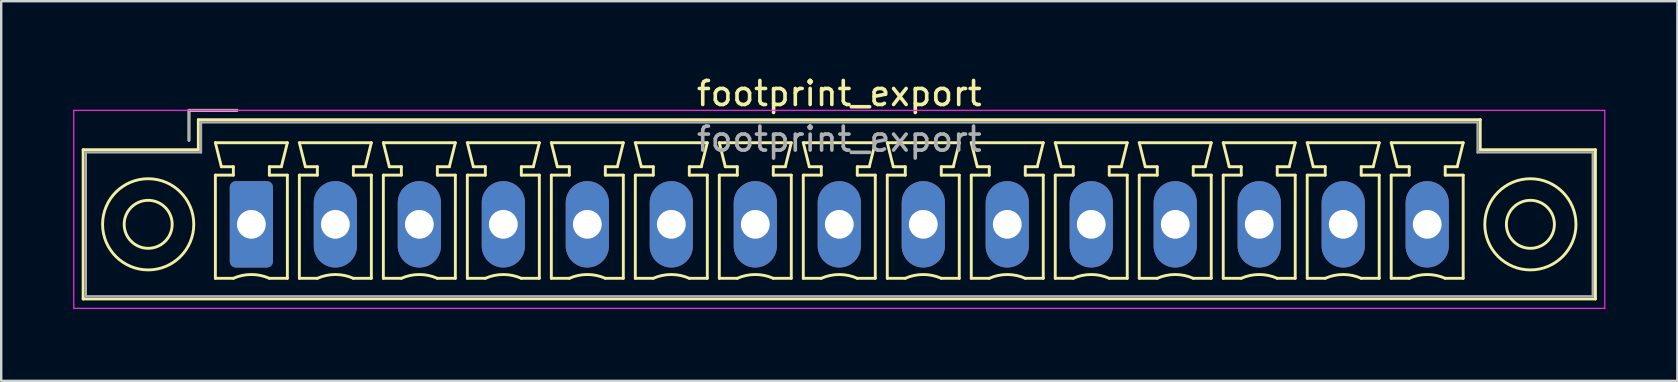
<source format=kicad_pcb>
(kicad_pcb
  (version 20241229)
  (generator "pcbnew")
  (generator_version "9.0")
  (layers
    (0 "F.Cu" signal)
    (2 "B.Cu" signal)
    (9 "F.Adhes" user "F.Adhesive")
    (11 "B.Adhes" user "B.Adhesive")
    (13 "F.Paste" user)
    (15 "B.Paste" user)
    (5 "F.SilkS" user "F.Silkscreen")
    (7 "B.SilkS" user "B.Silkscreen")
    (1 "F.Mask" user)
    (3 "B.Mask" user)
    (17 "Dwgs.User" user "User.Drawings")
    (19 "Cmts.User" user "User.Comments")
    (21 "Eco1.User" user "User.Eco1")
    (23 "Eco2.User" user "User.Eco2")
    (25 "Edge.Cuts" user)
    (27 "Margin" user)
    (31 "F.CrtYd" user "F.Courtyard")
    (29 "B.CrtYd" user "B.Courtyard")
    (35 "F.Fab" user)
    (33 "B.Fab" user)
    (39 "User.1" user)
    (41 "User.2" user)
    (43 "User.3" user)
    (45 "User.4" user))
  (footprint "footprint_export"
    (layer "F.Cu")
    (at 7.425 6.298)
    (property "Reference" "footprint_export" (at 24.5 -5.45 0) (layer "F.SilkS") (effects (font (size 1 1) (thickness 0.15))))
    (attr through_hole)
    (fp_line (start -7.01 -3.11) (end -7.01 3.11) (stroke (width 0.12) (type solid)) (layer "F.SilkS"))
    (fp_line (start -7.01 3.11) (end 56.01 3.11) (stroke (width 0.12) (type solid)) (layer "F.SilkS"))
    (fp_line (start -2.6 -4.75) (end -0.6 -4.75) (stroke (width 0.12) (type solid)) (layer "F.SilkS"))
    (fp_line (start -2.6 -3.5) (end -2.6 -4.75) (stroke (width 0.12) (type solid)) (layer "F.SilkS"))
    (fp_line (start -2.21 -4.36) (end -2.21 -3.11) (stroke (width 0.12) (type solid)) (layer "F.SilkS"))
    (fp_line (start -2.21 -3.11) (end -7.01 -3.11) (stroke (width 0.12) (type solid)) (layer "F.SilkS"))
    (fp_line (start -1.5 -3.4) (end 1.5 -3.4) (stroke (width 0.12) (type solid)) (layer "F.SilkS"))
    (fp_line (start -1.5 -2.05) (end -0.75 -2.05) (stroke (width 0.12) (type solid)) (layer "F.SilkS"))
    (fp_line (start -1.5 2.25) (end -1.5 -2.05) (stroke (width 0.12) (type solid)) (layer "F.SilkS"))
    (fp_line (start -1.25 -2.4) (end -1.5 -3.4) (stroke (width 0.12) (type solid)) (layer "F.SilkS"))
    (fp_line (start -0.75 -2.4) (end -1.25 -2.4) (stroke (width 0.12) (type solid)) (layer "F.SilkS"))
    (fp_line (start -0.75 -2.05) (end -0.75 -2.4) (stroke (width 0.12) (type solid)) (layer "F.SilkS"))
    (fp_line (start -0.75 2.25) (end -1.5 2.25) (stroke (width 0.12) (type solid)) (layer "F.SilkS"))
    (fp_line (start 0.75 -2.4) (end 0.75 -2.05) (stroke (width 0.12) (type solid)) (layer "F.SilkS"))
    (fp_line (start 0.75 -2.05) (end 1.5 -2.05) (stroke (width 0.12) (type solid)) (layer "F.SilkS"))
    (fp_line (start 1.25 -2.4) (end 0.75 -2.4) (stroke (width 0.12) (type solid)) (layer "F.SilkS"))
    (fp_line (start 1.5 -3.4) (end 1.25 -2.4) (stroke (width 0.12) (type solid)) (layer "F.SilkS"))
    (fp_line (start 1.5 -2.05) (end 1.5 2.25) (stroke (width 0.12) (type solid)) (layer "F.SilkS"))
    (fp_line (start 1.5 2.25) (end 0.75 2.25) (stroke (width 0.12) (type solid)) (layer "F.SilkS"))
    (fp_line (start 2 -3.4) (end 5 -3.4) (stroke (width 0.12) (type solid)) (layer "F.SilkS"))
    (fp_line (start 2 -2.05) (end 2.75 -2.05) (stroke (width 0.12) (type solid)) (layer "F.SilkS"))
    (fp_line (start 2 2.25) (end 2 -2.05) (stroke (width 0.12) (type solid)) (layer "F.SilkS"))
    (fp_line (start 2.25 -2.4) (end 2 -3.4) (stroke (width 0.12) (type solid)) (layer "F.SilkS"))
    (fp_line (start 2.75 -2.4) (end 2.25 -2.4) (stroke (width 0.12) (type solid)) (layer "F.SilkS"))
    (fp_line (start 2.75 -2.05) (end 2.75 -2.4) (stroke (width 0.12) (type solid)) (layer "F.SilkS"))
    (fp_line (start 2.75 2.25) (end 2 2.25) (stroke (width 0.12) (type solid)) (layer "F.SilkS"))
    (fp_line (start 4.25 -2.4) (end 4.25 -2.05) (stroke (width 0.12) (type solid)) (layer "F.SilkS"))
    (fp_line (start 4.25 -2.05) (end 5 -2.05) (stroke (width 0.12) (type solid)) (layer "F.SilkS"))
    (fp_line (start 4.75 -2.4) (end 4.25 -2.4) (stroke (width 0.12) (type solid)) (layer "F.SilkS"))
    (fp_line (start 5 -3.4) (end 4.75 -2.4) (stroke (width 0.12) (type solid)) (layer "F.SilkS"))
    (fp_line (start 5 -2.05) (end 5 2.25) (stroke (width 0.12) (type solid)) (layer "F.SilkS"))
    (fp_line (start 5 2.25) (end 4.25 2.25) (stroke (width 0.12) (type solid)) (layer "F.SilkS"))
    (fp_line (start 5.5 -3.4) (end 8.5 -3.4) (stroke (width 0.12) (type solid)) (layer "F.SilkS"))
    (fp_line (start 5.5 -2.05) (end 6.25 -2.05) (stroke (width 0.12) (type solid)) (layer "F.SilkS"))
    (fp_line (start 5.5 2.25) (end 5.5 -2.05) (stroke (width 0.12) (type solid)) (layer "F.SilkS"))
    (fp_line (start 5.75 -2.4) (end 5.5 -3.4) (stroke (width 0.12) (type solid)) (layer "F.SilkS"))
    (fp_line (start 6.25 -2.4) (end 5.75 -2.4) (stroke (width 0.12) (type solid)) (layer "F.SilkS"))
    (fp_line (start 6.25 -2.05) (end 6.25 -2.4) (stroke (width 0.12) (type solid)) (layer "F.SilkS"))
    (fp_line (start 6.25 2.25) (end 5.5 2.25) (stroke (width 0.12) (type solid)) (layer "F.SilkS"))
    (fp_line (start 7.75 -2.4) (end 7.75 -2.05) (stroke (width 0.12) (type solid)) (layer "F.SilkS"))
    (fp_line (start 7.75 -2.05) (end 8.5 -2.05) (stroke (width 0.12) (type solid)) (layer "F.SilkS"))
    (fp_line (start 8.25 -2.4) (end 7.75 -2.4) (stroke (width 0.12) (type solid)) (layer "F.SilkS"))
    (fp_line (start 8.5 -3.4) (end 8.25 -2.4) (stroke (width 0.12) (type solid)) (layer "F.SilkS"))
    (fp_line (start 8.5 -2.05) (end 8.5 2.25) (stroke (width 0.12) (type solid)) (layer "F.SilkS"))
    (fp_line (start 8.5 2.25) (end 7.75 2.25) (stroke (width 0.12) (type solid)) (layer "F.SilkS"))
    (fp_line (start 9 -3.4) (end 12 -3.4) (stroke (width 0.12) (type solid)) (layer "F.SilkS"))
    (fp_line (start 9 -2.05) (end 9.75 -2.05) (stroke (width 0.12) (type solid)) (layer "F.SilkS"))
    (fp_line (start 9 2.25) (end 9 -2.05) (stroke (width 0.12) (type solid)) (layer "F.SilkS"))
    (fp_line (start 9.25 -2.4) (end 9 -3.4) (stroke (width 0.12) (type solid)) (layer "F.SilkS"))
    (fp_line (start 9.75 -2.4) (end 9.25 -2.4) (stroke (width 0.12) (type solid)) (layer "F.SilkS"))
    (fp_line (start 9.75 -2.05) (end 9.75 -2.4) (stroke (width 0.12) (type solid)) (layer "F.SilkS"))
    (fp_line (start 9.75 2.25) (end 9 2.25) (stroke (width 0.12) (type solid)) (layer "F.SilkS"))
    (fp_line (start 11.25 -2.4) (end 11.25 -2.05) (stroke (width 0.12) (type solid)) (layer "F.SilkS"))
    (fp_line (start 11.25 -2.05) (end 12 -2.05) (stroke (width 0.12) (type solid)) (layer "F.SilkS"))
    (fp_line (start 11.75 -2.4) (end 11.25 -2.4) (stroke (width 0.12) (type solid)) (layer "F.SilkS"))
    (fp_line (start 12 -3.4) (end 11.75 -2.4) (stroke (width 0.12) (type solid)) (layer "F.SilkS"))
    (fp_line (start 12 -2.05) (end 12 2.25) (stroke (width 0.12) (type solid)) (layer "F.SilkS"))
    (fp_line (start 12 2.25) (end 11.25 2.25) (stroke (width 0.12) (type solid)) (layer "F.SilkS"))
    (fp_line (start 12.5 -3.4) (end 15.5 -3.4) (stroke (width 0.12) (type solid)) (layer "F.SilkS"))
    (fp_line (start 12.5 -2.05) (end 13.25 -2.05) (stroke (width 0.12) (type solid)) (layer "F.SilkS"))
    (fp_line (start 12.5 2.25) (end 12.5 -2.05) (stroke (width 0.12) (type solid)) (layer "F.SilkS"))
    (fp_line (start 12.75 -2.4) (end 12.5 -3.4) (stroke (width 0.12) (type solid)) (layer "F.SilkS"))
    (fp_line (start 13.25 -2.4) (end 12.75 -2.4) (stroke (width 0.12) (type solid)) (layer "F.SilkS"))
    (fp_line (start 13.25 -2.05) (end 13.25 -2.4) (stroke (width 0.12) (type solid)) (layer "F.SilkS"))
    (fp_line (start 13.25 2.25) (end 12.5 2.25) (stroke (width 0.12) (type solid)) (layer "F.SilkS"))
    (fp_line (start 14.75 -2.4) (end 14.75 -2.05) (stroke (width 0.12) (type solid)) (layer "F.SilkS"))
    (fp_line (start 14.75 -2.05) (end 15.5 -2.05) (stroke (width 0.12) (type solid)) (layer "F.SilkS"))
    (fp_line (start 15.25 -2.4) (end 14.75 -2.4) (stroke (width 0.12) (type solid)) (layer "F.SilkS"))
    (fp_line (start 15.5 -3.4) (end 15.25 -2.4) (stroke (width 0.12) (type solid)) (layer "F.SilkS"))
    (fp_line (start 15.5 -2.05) (end 15.5 2.25) (stroke (width 0.12) (type solid)) (layer "F.SilkS"))
    (fp_line (start 15.5 2.25) (end 14.75 2.25) (stroke (width 0.12) (type solid)) (layer "F.SilkS"))
    (fp_line (start 16 -3.4) (end 19 -3.4) (stroke (width 0.12) (type solid)) (layer "F.SilkS"))
    (fp_line (start 16 -2.05) (end 16.75 -2.05) (stroke (width 0.12) (type solid)) (layer "F.SilkS"))
    (fp_line (start 16 2.25) (end 16 -2.05) (stroke (width 0.12) (type solid)) (layer "F.SilkS"))
    (fp_line (start 16.25 -2.4) (end 16 -3.4) (stroke (width 0.12) (type solid)) (layer "F.SilkS"))
    (fp_line (start 16.75 -2.4) (end 16.25 -2.4) (stroke (width 0.12) (type solid)) (layer "F.SilkS"))
    (fp_line (start 16.75 -2.05) (end 16.75 -2.4) (stroke (width 0.12) (type solid)) (layer "F.SilkS"))
    (fp_line (start 16.75 2.25) (end 16 2.25) (stroke (width 0.12) (type solid)) (layer "F.SilkS"))
    (fp_line (start 18.25 -2.4) (end 18.25 -2.05) (stroke (width 0.12) (type solid)) (layer "F.SilkS"))
    (fp_line (start 18.25 -2.05) (end 19 -2.05) (stroke (width 0.12) (type solid)) (layer "F.SilkS"))
    (fp_line (start 18.75 -2.4) (end 18.25 -2.4) (stroke (width 0.12) (type solid)) (layer "F.SilkS"))
    (fp_line (start 19 -3.4) (end 18.75 -2.4) (stroke (width 0.12) (type solid)) (layer "F.SilkS"))
    (fp_line (start 19 -2.05) (end 19 2.25) (stroke (width 0.12) (type solid)) (layer "F.SilkS"))
    (fp_line (start 19 2.25) (end 18.25 2.25) (stroke (width 0.12) (type solid)) (layer "F.SilkS"))
    (fp_line (start 19.5 -3.4) (end 22.5 -3.4) (stroke (width 0.12) (type solid)) (layer "F.SilkS"))
    (fp_line (start 19.5 -2.05) (end 20.25 -2.05) (stroke (width 0.12) (type solid)) (layer "F.SilkS"))
    (fp_line (start 19.5 2.25) (end 19.5 -2.05) (stroke (width 0.12) (type solid)) (layer "F.SilkS"))
    (fp_line (start 19.75 -2.4) (end 19.5 -3.4) (stroke (width 0.12) (type solid)) (layer "F.SilkS"))
    (fp_line (start 20.25 -2.4) (end 19.75 -2.4) (stroke (width 0.12) (type solid)) (layer "F.SilkS"))
    (fp_line (start 20.25 -2.05) (end 20.25 -2.4) (stroke (width 0.12) (type solid)) (layer "F.SilkS"))
    (fp_line (start 20.25 2.25) (end 19.5 2.25) (stroke (width 0.12) (type solid)) (layer "F.SilkS"))
    (fp_line (start 21.75 -2.4) (end 21.75 -2.05) (stroke (width 0.12) (type solid)) (layer "F.SilkS"))
    (fp_line (start 21.75 -2.05) (end 22.5 -2.05) (stroke (width 0.12) (type solid)) (layer "F.SilkS"))
    (fp_line (start 22.25 -2.4) (end 21.75 -2.4) (stroke (width 0.12) (type solid)) (layer "F.SilkS"))
    (fp_line (start 22.5 -3.4) (end 22.25 -2.4) (stroke (width 0.12) (type solid)) (layer "F.SilkS"))
    (fp_line (start 22.5 -2.05) (end 22.5 2.25) (stroke (width 0.12) (type solid)) (layer "F.SilkS"))
    (fp_line (start 22.5 2.25) (end 21.75 2.25) (stroke (width 0.12) (type solid)) (layer "F.SilkS"))
    (fp_line (start 23 -3.4) (end 26 -3.4) (stroke (width 0.12) (type solid)) (layer "F.SilkS"))
    (fp_line (start 23 -2.05) (end 23.75 -2.05) (stroke (width 0.12) (type solid)) (layer "F.SilkS"))
    (fp_line (start 23 2.25) (end 23 -2.05) (stroke (width 0.12) (type solid)) (layer "F.SilkS"))
    (fp_line (start 23.25 -2.4) (end 23 -3.4) (stroke (width 0.12) (type solid)) (layer "F.SilkS"))
    (fp_line (start 23.75 -2.4) (end 23.25 -2.4) (stroke (width 0.12) (type solid)) (layer "F.SilkS"))
    (fp_line (start 23.75 -2.05) (end 23.75 -2.4) (stroke (width 0.12) (type solid)) (layer "F.SilkS"))
    (fp_line (start 23.75 2.25) (end 23 2.25) (stroke (width 0.12) (type solid)) (layer "F.SilkS"))
    (fp_line (start 25.25 -2.4) (end 25.25 -2.05) (stroke (width 0.12) (type solid)) (layer "F.SilkS"))
    (fp_line (start 25.25 -2.05) (end 26 -2.05) (stroke (width 0.12) (type solid)) (layer "F.SilkS"))
    (fp_line (start 25.75 -2.4) (end 25.25 -2.4) (stroke (width 0.12) (type solid)) (layer "F.SilkS"))
    (fp_line (start 26 -3.4) (end 25.75 -2.4) (stroke (width 0.12) (type solid)) (layer "F.SilkS"))
    (fp_line (start 26 -2.05) (end 26 2.25) (stroke (width 0.12) (type solid)) (layer "F.SilkS"))
    (fp_line (start 26 2.25) (end 25.25 2.25) (stroke (width 0.12) (type solid)) (layer "F.SilkS"))
    (fp_line (start 26.5 -3.4) (end 29.5 -3.4) (stroke (width 0.12) (type solid)) (layer "F.SilkS"))
    (fp_line (start 26.5 -2.05) (end 27.25 -2.05) (stroke (width 0.12) (type solid)) (layer "F.SilkS"))
    (fp_line (start 26.5 2.25) (end 26.5 -2.05) (stroke (width 0.12) (type solid)) (layer "F.SilkS"))
    (fp_line (start 26.75 -2.4) (end 26.5 -3.4) (stroke (width 0.12) (type solid)) (layer "F.SilkS"))
    (fp_line (start 27.25 -2.4) (end 26.75 -2.4) (stroke (width 0.12) (type solid)) (layer "F.SilkS"))
    (fp_line (start 27.25 -2.05) (end 27.25 -2.4) (stroke (width 0.12) (type solid)) (layer "F.SilkS"))
    (fp_line (start 27.25 2.25) (end 26.5 2.25) (stroke (width 0.12) (type solid)) (layer "F.SilkS"))
    (fp_line (start 28.75 -2.4) (end 28.75 -2.05) (stroke (width 0.12) (type solid)) (layer "F.SilkS"))
    (fp_line (start 28.75 -2.05) (end 29.5 -2.05) (stroke (width 0.12) (type solid)) (layer "F.SilkS"))
    (fp_line (start 29.25 -2.4) (end 28.75 -2.4) (stroke (width 0.12) (type solid)) (layer "F.SilkS"))
    (fp_line (start 29.5 -3.4) (end 29.25 -2.4) (stroke (width 0.12) (type solid)) (layer "F.SilkS"))
    (fp_line (start 29.5 -2.05) (end 29.5 2.25) (stroke (width 0.12) (type solid)) (layer "F.SilkS"))
    (fp_line (start 29.5 2.25) (end 28.75 2.25) (stroke (width 0.12) (type solid)) (layer "F.SilkS"))
    (fp_line (start 30 -3.4) (end 33 -3.4) (stroke (width 0.12) (type solid)) (layer "F.SilkS"))
    (fp_line (start 30 -2.05) (end 30.75 -2.05) (stroke (width 0.12) (type solid)) (layer "F.SilkS"))
    (fp_line (start 30 2.25) (end 30 -2.05) (stroke (width 0.12) (type solid)) (layer "F.SilkS"))
    (fp_line (start 30.25 -2.4) (end 30 -3.4) (stroke (width 0.12) (type solid)) (layer "F.SilkS"))
    (fp_line (start 30.75 -2.4) (end 30.25 -2.4) (stroke (width 0.12) (type solid)) (layer "F.SilkS"))
    (fp_line (start 30.75 -2.05) (end 30.75 -2.4) (stroke (width 0.12) (type solid)) (layer "F.SilkS"))
    (fp_line (start 30.75 2.25) (end 30 2.25) (stroke (width 0.12) (type solid)) (layer "F.SilkS"))
    (fp_line (start 32.25 -2.4) (end 32.25 -2.05) (stroke (width 0.12) (type solid)) (layer "F.SilkS"))
    (fp_line (start 32.25 -2.05) (end 33 -2.05) (stroke (width 0.12) (type solid)) (layer "F.SilkS"))
    (fp_line (start 32.75 -2.4) (end 32.25 -2.4) (stroke (width 0.12) (type solid)) (layer "F.SilkS"))
    (fp_line (start 33 -3.4) (end 32.75 -2.4) (stroke (width 0.12) (type solid)) (layer "F.SilkS"))
    (fp_line (start 33 -2.05) (end 33 2.25) (stroke (width 0.12) (type solid)) (layer "F.SilkS"))
    (fp_line (start 33 2.25) (end 32.25 2.25) (stroke (width 0.12) (type solid)) (layer "F.SilkS"))
    (fp_line (start 33.5 -3.4) (end 36.5 -3.4) (stroke (width 0.12) (type solid)) (layer "F.SilkS"))
    (fp_line (start 33.5 -2.05) (end 34.25 -2.05) (stroke (width 0.12) (type solid)) (layer "F.SilkS"))
    (fp_line (start 33.5 2.25) (end 33.5 -2.05) (stroke (width 0.12) (type solid)) (layer "F.SilkS"))
    (fp_line (start 33.75 -2.4) (end 33.5 -3.4) (stroke (width 0.12) (type solid)) (layer "F.SilkS"))
    (fp_line (start 34.25 -2.4) (end 33.75 -2.4) (stroke (width 0.12) (type solid)) (layer "F.SilkS"))
    (fp_line (start 34.25 -2.05) (end 34.25 -2.4) (stroke (width 0.12) (type solid)) (layer "F.SilkS"))
    (fp_line (start 34.25 2.25) (end 33.5 2.25) (stroke (width 0.12) (type solid)) (layer "F.SilkS"))
    (fp_line (start 35.75 -2.4) (end 35.75 -2.05) (stroke (width 0.12) (type solid)) (layer "F.SilkS"))
    (fp_line (start 35.75 -2.05) (end 36.5 -2.05) (stroke (width 0.12) (type solid)) (layer "F.SilkS"))
    (fp_line (start 36.25 -2.4) (end 35.75 -2.4) (stroke (width 0.12) (type solid)) (layer "F.SilkS"))
    (fp_line (start 36.5 -3.4) (end 36.25 -2.4) (stroke (width 0.12) (type solid)) (layer "F.SilkS"))
    (fp_line (start 36.5 -2.05) (end 36.5 2.25) (stroke (width 0.12) (type solid)) (layer "F.SilkS"))
    (fp_line (start 36.5 2.25) (end 35.75 2.25) (stroke (width 0.12) (type solid)) (layer "F.SilkS"))
    (fp_line (start 37 -3.4) (end 40 -3.4) (stroke (width 0.12) (type solid)) (layer "F.SilkS"))
    (fp_line (start 37 -2.05) (end 37.75 -2.05) (stroke (width 0.12) (type solid)) (layer "F.SilkS"))
    (fp_line (start 37 2.25) (end 37 -2.05) (stroke (width 0.12) (type solid)) (layer "F.SilkS"))
    (fp_line (start 37.25 -2.4) (end 37 -3.4) (stroke (width 0.12) (type solid)) (layer "F.SilkS"))
    (fp_line (start 37.75 -2.4) (end 37.25 -2.4) (stroke (width 0.12) (type solid)) (layer "F.SilkS"))
    (fp_line (start 37.75 -2.05) (end 37.75 -2.4) (stroke (width 0.12) (type solid)) (layer "F.SilkS"))
    (fp_line (start 37.75 2.25) (end 37 2.25) (stroke (width 0.12) (type solid)) (layer "F.SilkS"))
    (fp_line (start 39.25 -2.4) (end 39.25 -2.05) (stroke (width 0.12) (type solid)) (layer "F.SilkS"))
    (fp_line (start 39.25 -2.05) (end 40 -2.05) (stroke (width 0.12) (type solid)) (layer "F.SilkS"))
    (fp_line (start 39.75 -2.4) (end 39.25 -2.4) (stroke (width 0.12) (type solid)) (layer "F.SilkS"))
    (fp_line (start 40 -3.4) (end 39.75 -2.4) (stroke (width 0.12) (type solid)) (layer "F.SilkS"))
    (fp_line (start 40 -2.05) (end 40 2.25) (stroke (width 0.12) (type solid)) (layer "F.SilkS"))
    (fp_line (start 40 2.25) (end 39.25 2.25) (stroke (width 0.12) (type solid)) (layer "F.SilkS"))
    (fp_line (start 40.5 -3.4) (end 43.5 -3.4) (stroke (width 0.12) (type solid)) (layer "F.SilkS"))
    (fp_line (start 40.5 -2.05) (end 41.25 -2.05) (stroke (width 0.12) (type solid)) (layer "F.SilkS"))
    (fp_line (start 40.5 2.25) (end 40.5 -2.05) (stroke (width 0.12) (type solid)) (layer "F.SilkS"))
    (fp_line (start 40.75 -2.4) (end 40.5 -3.4) (stroke (width 0.12) (type solid)) (layer "F.SilkS"))
    (fp_line (start 41.25 -2.4) (end 40.75 -2.4) (stroke (width 0.12) (type solid)) (layer "F.SilkS"))
    (fp_line (start 41.25 -2.05) (end 41.25 -2.4) (stroke (width 0.12) (type solid)) (layer "F.SilkS"))
    (fp_line (start 41.25 2.25) (end 40.5 2.25) (stroke (width 0.12) (type solid)) (layer "F.SilkS"))
    (fp_line (start 42.75 -2.4) (end 42.75 -2.05) (stroke (width 0.12) (type solid)) (layer "F.SilkS"))
    (fp_line (start 42.75 -2.05) (end 43.5 -2.05) (stroke (width 0.12) (type solid)) (layer "F.SilkS"))
    (fp_line (start 43.25 -2.4) (end 42.75 -2.4) (stroke (width 0.12) (type solid)) (layer "F.SilkS"))
    (fp_line (start 43.5 -3.4) (end 43.25 -2.4) (stroke (width 0.12) (type solid)) (layer "F.SilkS"))
    (fp_line (start 43.5 -2.05) (end 43.5 2.25) (stroke (width 0.12) (type solid)) (layer "F.SilkS"))
    (fp_line (start 43.5 2.25) (end 42.75 2.25) (stroke (width 0.12) (type solid)) (layer "F.SilkS"))
    (fp_line (start 44 -3.4) (end 47 -3.4) (stroke (width 0.12) (type solid)) (layer "F.SilkS"))
    (fp_line (start 44 -2.05) (end 44.75 -2.05) (stroke (width 0.12) (type solid)) (layer "F.SilkS"))
    (fp_line (start 44 2.25) (end 44 -2.05) (stroke (width 0.12) (type solid)) (layer "F.SilkS"))
    (fp_line (start 44.25 -2.4) (end 44 -3.4) (stroke (width 0.12) (type solid)) (layer "F.SilkS"))
    (fp_line (start 44.75 -2.4) (end 44.25 -2.4) (stroke (width 0.12) (type solid)) (layer "F.SilkS"))
    (fp_line (start 44.75 -2.05) (end 44.75 -2.4) (stroke (width 0.12) (type solid)) (layer "F.SilkS"))
    (fp_line (start 44.75 2.25) (end 44 2.25) (stroke (width 0.12) (type solid)) (layer "F.SilkS"))
    (fp_line (start 46.25 -2.4) (end 46.25 -2.05) (stroke (width 0.12) (type solid)) (layer "F.SilkS"))
    (fp_line (start 46.25 -2.05) (end 47 -2.05) (stroke (width 0.12) (type solid)) (layer "F.SilkS"))
    (fp_line (start 46.75 -2.4) (end 46.25 -2.4) (stroke (width 0.12) (type solid)) (layer "F.SilkS"))
    (fp_line (start 47 -3.4) (end 46.75 -2.4) (stroke (width 0.12) (type solid)) (layer "F.SilkS"))
    (fp_line (start 47 -2.05) (end 47 2.25) (stroke (width 0.12) (type solid)) (layer "F.SilkS"))
    (fp_line (start 47 2.25) (end 46.25 2.25) (stroke (width 0.12) (type solid)) (layer "F.SilkS"))
    (fp_line (start 47.5 -3.4) (end 50.5 -3.4) (stroke (width 0.12) (type solid)) (layer "F.SilkS"))
    (fp_line (start 47.5 -2.05) (end 48.25 -2.05) (stroke (width 0.12) (type solid)) (layer "F.SilkS"))
    (fp_line (start 47.5 2.25) (end 47.5 -2.05) (stroke (width 0.12) (type solid)) (layer "F.SilkS"))
    (fp_line (start 47.75 -2.4) (end 47.5 -3.4) (stroke (width 0.12) (type solid)) (layer "F.SilkS"))
    (fp_line (start 48.25 -2.4) (end 47.75 -2.4) (stroke (width 0.12) (type solid)) (layer "F.SilkS"))
    (fp_line (start 48.25 -2.05) (end 48.25 -2.4) (stroke (width 0.12) (type solid)) (layer "F.SilkS"))
    (fp_line (start 48.25 2.25) (end 47.5 2.25) (stroke (width 0.12) (type solid)) (layer "F.SilkS"))
    (fp_line (start 49.75 -2.4) (end 49.75 -2.05) (stroke (width 0.12) (type solid)) (layer "F.SilkS"))
    (fp_line (start 49.75 -2.05) (end 50.5 -2.05) (stroke (width 0.12) (type solid)) (layer "F.SilkS"))
    (fp_line (start 50.25 -2.4) (end 49.75 -2.4) (stroke (width 0.12) (type solid)) (layer "F.SilkS"))
    (fp_line (start 50.5 -3.4) (end 50.25 -2.4) (stroke (width 0.12) (type solid)) (layer "F.SilkS"))
    (fp_line (start 50.5 -2.05) (end 50.5 2.25) (stroke (width 0.12) (type solid)) (layer "F.SilkS"))
    (fp_line (start 50.5 2.25) (end 49.75 2.25) (stroke (width 0.12) (type solid)) (layer "F.SilkS"))
    (fp_line (start 51.21 -4.36) (end -2.21 -4.36) (stroke (width 0.12) (type solid)) (layer "F.SilkS"))
    (fp_line (start 51.21 -3.11) (end 51.21 -4.36) (stroke (width 0.12) (type solid)) (layer "F.SilkS"))
    (fp_line (start 56.01 -3.11) (end 51.21 -3.11) (stroke (width 0.12) (type solid)) (layer "F.SilkS"))
    (fp_line (start 56.01 3.11) (end 56.01 -3.11) (stroke (width 0.12) (type solid)) (layer "F.SilkS"))
    (fp_arc (start -0.75 2.25) (mid -0.000193 2.09191) (end 0.749647 2.249844) (stroke (width 0.12) (type solid)) (layer "F.SilkS"))
    (fp_arc (start 2.75 2.25) (mid 3.499807 2.09191) (end 4.249647 2.249844) (stroke (width 0.12) (type solid)) (layer "F.SilkS"))
    (fp_arc (start 6.25 2.25) (mid 6.999807 2.09191) (end 7.749647 2.249844) (stroke (width 0.12) (type solid)) (layer "F.SilkS"))
    (fp_arc (start 9.75 2.25) (mid 10.499807 2.09191) (end 11.249647 2.249844) (stroke (width 0.12) (type solid)) (layer "F.SilkS"))
    (fp_arc (start 13.25 2.25) (mid 13.999807 2.09191) (end 14.749647 2.249844) (stroke (width 0.12) (type solid)) (layer "F.SilkS"))
    (fp_arc (start 16.75 2.25) (mid 17.499807 2.09191) (end 18.249647 2.249844) (stroke (width 0.12) (type solid)) (layer "F.SilkS"))
    (fp_arc (start 20.25 2.25) (mid 20.999807 2.09191) (end 21.749647 2.249844) (stroke (width 0.12) (type solid)) (layer "F.SilkS"))
    (fp_arc (start 23.75 2.25) (mid 24.499807 2.09191) (end 25.249647 2.249844) (stroke (width 0.12) (type solid)) (layer "F.SilkS"))
    (fp_arc (start 27.25 2.25) (mid 27.999807 2.09191) (end 28.749647 2.249844) (stroke (width 0.12) (type solid)) (layer "F.SilkS"))
    (fp_arc (start 30.75 2.25) (mid 31.499807 2.09191) (end 32.249647 2.249844) (stroke (width 0.12) (type solid)) (layer "F.SilkS"))
    (fp_arc (start 34.25 2.25) (mid 34.999807 2.09191) (end 35.749647 2.249844) (stroke (width 0.12) (type solid)) (layer "F.SilkS"))
    (fp_arc (start 37.75 2.25) (mid 38.499807 2.09191) (end 39.249647 2.249844) (stroke (width 0.12) (type solid)) (layer "F.SilkS"))
    (fp_arc (start 41.25 2.25) (mid 41.999807 2.09191) (end 42.749647 2.249844) (stroke (width 0.12) (type solid)) (layer "F.SilkS"))
    (fp_arc (start 44.75 2.25) (mid 45.499807 2.09191) (end 46.249647 2.249844) (stroke (width 0.12) (type solid)) (layer "F.SilkS"))
    (fp_arc (start 48.25 2.25) (mid 48.999807 2.09191) (end 49.749647 2.249844) (stroke (width 0.12) (type solid)) (layer "F.SilkS"))
    (fp_circle (center -4.3 0) (end -3.3 0) (stroke (width 0.12) (type solid)) (fill no) (layer "F.SilkS"))
    (fp_circle (center -4.3 0) (end -2.4 0) (stroke (width 0.12) (type solid)) (fill no) (layer "F.SilkS"))
    (fp_circle (center 53.3 0) (end 54.3 0) (stroke (width 0.12) (type solid)) (fill no) (layer "F.SilkS"))
    (fp_circle (center 53.3 0) (end 55.2 0) (stroke (width 0.12) (type solid)) (fill no) (layer "F.SilkS"))
    (fp_line (start -7.4 -4.75) (end -7.4 3.5) (stroke (width 0.05) (type solid)) (layer "F.CrtYd"))
    (fp_line (start -7.4 3.5) (end 56.4 3.5) (stroke (width 0.05) (type solid)) (layer "F.CrtYd"))
    (fp_line (start 56.4 -4.75) (end -7.4 -4.75) (stroke (width 0.05) (type solid)) (layer "F.CrtYd"))
    (fp_line (start 56.4 3.5) (end 56.4 -4.75) (stroke (width 0.05) (type solid)) (layer "F.CrtYd"))
    (fp_line (start -6.9 -3) (end -6.9 3) (stroke (width 0.1) (type solid)) (layer "F.Fab"))
    (fp_line (start -6.9 3) (end 55.9 3) (stroke (width 0.1) (type solid)) (layer "F.Fab"))
    (fp_line (start -2.6 -4.75) (end -0.6 -4.75) (stroke (width 0.1) (type solid)) (layer "F.Fab"))
    (fp_line (start -2.6 -3.5) (end -2.6 -4.75) (stroke (width 0.1) (type solid)) (layer "F.Fab"))
    (fp_line (start -2.1 -4.25) (end -2.1 -3) (stroke (width 0.1) (type solid)) (layer "F.Fab"))
    (fp_line (start -2.1 -3) (end -6.9 -3) (stroke (width 0.1) (type solid)) (layer "F.Fab"))
    (fp_line (start 51.1 -4.25) (end -2.1 -4.25) (stroke (width 0.1) (type solid)) (layer "F.Fab"))
    (fp_line (start 51.1 -3) (end 51.1 -4.25) (stroke (width 0.1) (type solid)) (layer "F.Fab"))
    (fp_line (start 55.9 -3) (end 51.1 -3) (stroke (width 0.1) (type solid)) (layer "F.Fab"))
    (fp_line (start 55.9 3) (end 55.9 -3) (stroke (width 0.1) (type solid)) (layer "F.Fab"))
    (fp_text user "${REFERENCE}" (at 24.5 -3.55 0) (layer "F.Fab") (effects (font (size 1 1) (thickness 0.15))))
    (pad "1" thru_hole roundrect (at 0 0) (size 1.8 3.6) (drill 1.2) (layers "*.Cu" "*.Mask") (roundrect_rratio 0.139))
    (pad "2" thru_hole oval (at 3.5 0) (size 1.8 3.6) (drill 1.2) (layers "*.Cu" "*.Mask"))
    (pad "3" thru_hole oval (at 7 0) (size 1.8 3.6) (drill 1.2) (layers "*.Cu" "*.Mask"))
    (pad "4" thru_hole oval (at 10.5 0) (size 1.8 3.6) (drill 1.2) (layers "*.Cu" "*.Mask"))
    (pad "5" thru_hole oval (at 14 0) (size 1.8 3.6) (drill 1.2) (layers "*.Cu" "*.Mask"))
    (pad "6" thru_hole oval (at 17.5 0) (size 1.8 3.6) (drill 1.2) (layers "*.Cu" "*.Mask"))
    (pad "7" thru_hole oval (at 21 0) (size 1.8 3.6) (drill 1.2) (layers "*.Cu" "*.Mask"))
    (pad "8" thru_hole oval (at 24.5 0) (size 1.8 3.6) (drill 1.2) (layers "*.Cu" "*.Mask"))
    (pad "9" thru_hole oval (at 28 0) (size 1.8 3.6) (drill 1.2) (layers "*.Cu" "*.Mask"))
    (pad "10" thru_hole oval (at 31.5 0) (size 1.8 3.6) (drill 1.2) (layers "*.Cu" "*.Mask"))
    (pad "11" thru_hole oval (at 35 0) (size 1.8 3.6) (drill 1.2) (layers "*.Cu" "*.Mask"))
    (pad "12" thru_hole oval (at 38.5 0) (size 1.8 3.6) (drill 1.2) (layers "*.Cu" "*.Mask"))
    (pad "13" thru_hole oval (at 42 0) (size 1.8 3.6) (drill 1.2) (layers "*.Cu" "*.Mask"))
    (pad "14" thru_hole oval (at 45.5 0) (size 1.8 3.6) (drill 1.2) (layers "*.Cu" "*.Mask"))
    (pad "15" thru_hole oval (at 49 0) (size 1.8 3.6) (drill 1.2) (layers "*.Cu" "*.Mask")))
  (gr_rect
    (start -3 -3)
    (end 66.85 12.823)
    (stroke (width 0.1) (type default))
    (fill no)
    (layer "Edge.Cuts")))
</source>
